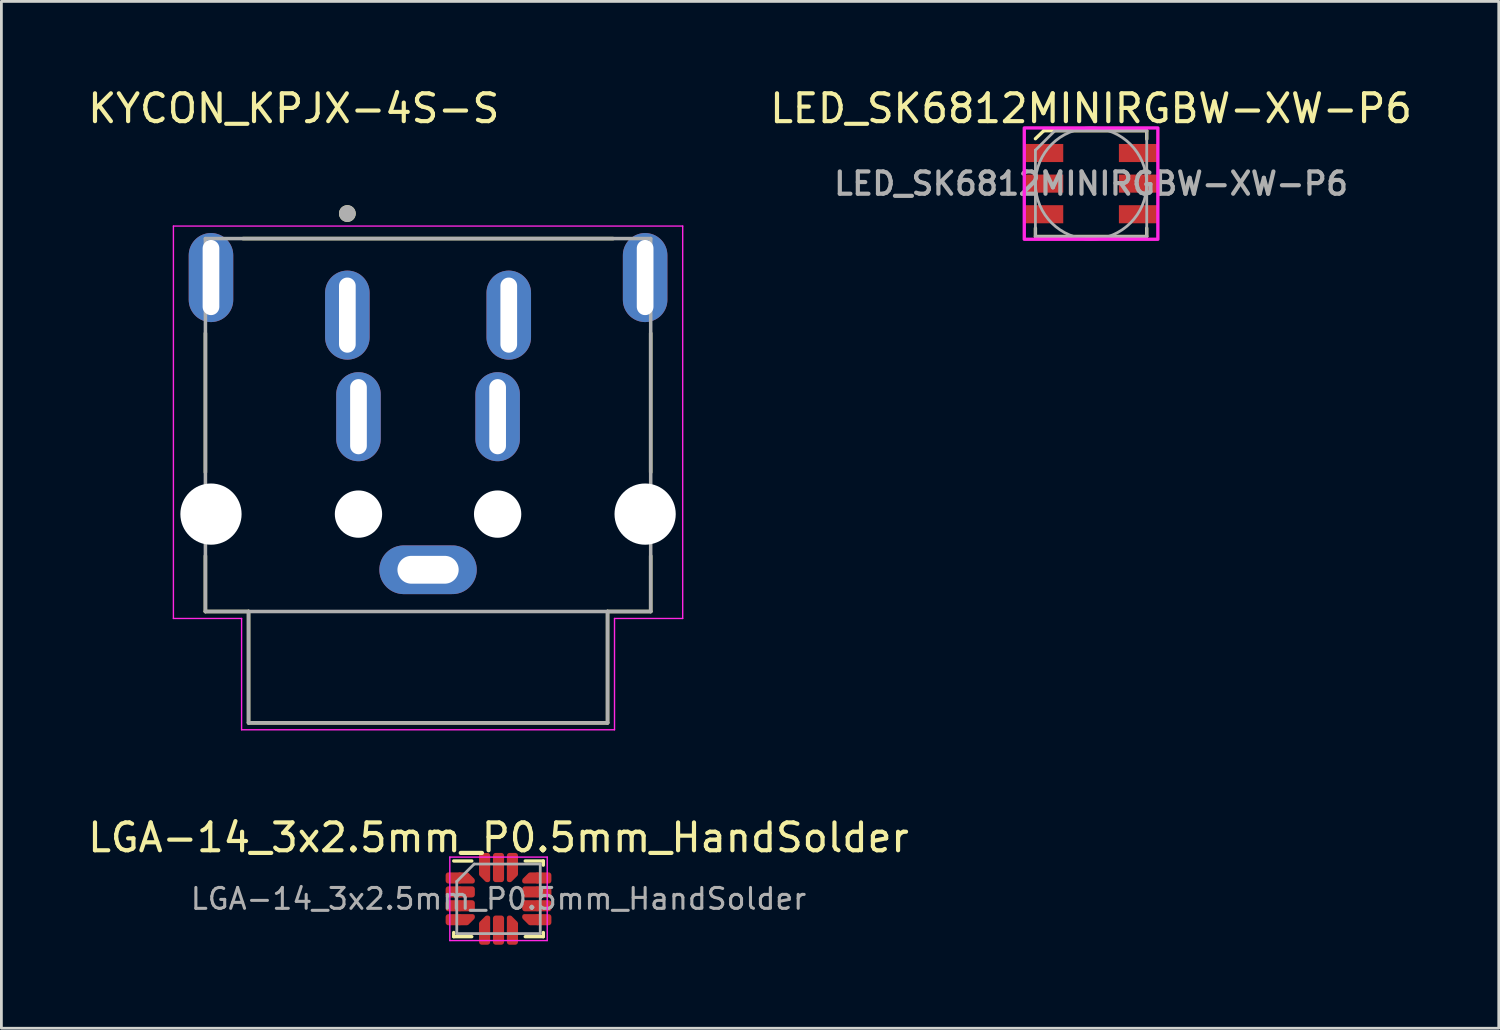
<source format=kicad_pcb>
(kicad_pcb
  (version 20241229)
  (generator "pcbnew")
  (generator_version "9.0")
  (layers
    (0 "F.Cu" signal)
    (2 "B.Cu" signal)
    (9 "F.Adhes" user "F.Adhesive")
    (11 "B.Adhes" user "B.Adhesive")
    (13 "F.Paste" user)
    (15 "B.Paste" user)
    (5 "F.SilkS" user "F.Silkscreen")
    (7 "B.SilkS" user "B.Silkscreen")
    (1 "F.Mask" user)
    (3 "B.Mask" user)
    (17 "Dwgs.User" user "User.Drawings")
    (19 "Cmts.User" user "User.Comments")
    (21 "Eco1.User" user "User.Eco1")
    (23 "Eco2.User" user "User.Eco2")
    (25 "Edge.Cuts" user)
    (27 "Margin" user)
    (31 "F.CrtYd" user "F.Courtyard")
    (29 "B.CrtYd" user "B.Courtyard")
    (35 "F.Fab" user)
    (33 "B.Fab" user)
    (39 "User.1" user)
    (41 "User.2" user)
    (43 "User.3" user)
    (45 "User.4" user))
  (footprint "LGA-14_3x2.5mm_P0.5mm_HandSolder"
    (layer "F.Cu")
    (at 14.863 29.247)
    (property "Reference" "LGA-14_3x2.5mm_P0.5mm_HandSolder" (at 0 -2.2 0) (layer "F.SilkS") (effects (font (size 1 1) (thickness 0.15))))
    (attr smd)
    (fp_line (start -1.61 1.36) (end -1.61 1.21) (stroke (width 0.12) (type solid)) (layer "F.SilkS"))
    (fp_line (start -0.96 -1.36) (end -1.61 -1.36) (stroke (width 0.12) (type solid)) (layer "F.SilkS"))
    (fp_line (start -0.96 1.36) (end -1.61 1.36) (stroke (width 0.12) (type solid)) (layer "F.SilkS"))
    (fp_line (start 0.96 -1.36) (end 1.61 -1.36) (stroke (width 0.12) (type solid)) (layer "F.SilkS"))
    (fp_line (start 0.96 1.36) (end 1.61 1.36) (stroke (width 0.12) (type solid)) (layer "F.SilkS"))
    (fp_line (start 1.61 -1.36) (end 1.61 -1.21) (stroke (width 0.12) (type solid)) (layer "F.SilkS"))
    (fp_line (start 1.61 1.36) (end 1.61 1.21) (stroke (width 0.12) (type solid)) (layer "F.SilkS"))
    (fp_line (start -1.75 -1.5) (end -1.75 1.5) (stroke (width 0.05) (type solid)) (layer "F.CrtYd"))
    (fp_line (start -1.75 1.5) (end 1.75 1.5) (stroke (width 0.05) (type solid)) (layer "F.CrtYd"))
    (fp_line (start 1.75 -1.5) (end -1.75 -1.5) (stroke (width 0.05) (type solid)) (layer "F.CrtYd"))
    (fp_line (start 1.75 1.5) (end 1.75 -1.5) (stroke (width 0.05) (type solid)) (layer "F.CrtYd"))
    (fp_line (start -1.5 -0.625) (end -0.875 -1.25) (stroke (width 0.1) (type solid)) (layer "F.Fab"))
    (fp_line (start -1.5 1.25) (end -1.5 -0.625) (stroke (width 0.1) (type solid)) (layer "F.Fab"))
    (fp_line (start -0.875 -1.25) (end 1.5 -1.25) (stroke (width 0.1) (type solid)) (layer "F.Fab"))
    (fp_line (start 1.5 -1.25) (end 1.5 1.25) (stroke (width 0.1) (type solid)) (layer "F.Fab"))
    (fp_line (start 1.5 1.25) (end -1.5 1.25) (stroke (width 0.1) (type solid)) (layer "F.Fab"))
    (fp_text user "${REFERENCE}" (at 0 0 0) (layer "F.Fab") (effects (font (size 0.75 0.75) (thickness 0.11))))
    (pad "1" smd roundrect (at -1.6 -0.75) (size 0.6 0.4) (layers "F.Cu" "F.Mask" "F.Paste") (roundrect_rratio 0.25))
    (pad "1" smd custom (at -1.163 -0.75) (size 0.223 0.223) (layers "F.Cu" "F.Mask" "F.Paste") (options (anchor circle)) (primitives (gr_poly (pts (xy 0.237 0.081) (xy 0.237 0.125) (xy -0.237 0.125) (xy -0.237 -0.125) (xy 0.031 -0.125)) (width 0.15) (fill yes))))
    (pad "2" smd roundrect (at -1.6 -0.25) (size 0.6 0.4) (layers "F.Cu" "F.Mask" "F.Paste") (roundrect_rratio 0.25))
    (pad "2" smd roundrect (at -1.163 -0.25) (size 0.625 0.4) (layers "F.Cu" "F.Mask" "F.Paste") (roundrect_rratio 0.25))
    (pad "3" smd roundrect (at -1.6 0.25) (size 0.6 0.4) (layers "F.Cu" "F.Mask" "F.Paste") (roundrect_rratio 0.25))
    (pad "3" smd roundrect (at -1.163 0.25) (size 0.625 0.4) (layers "F.Cu" "F.Mask" "F.Paste") (roundrect_rratio 0.25))
    (pad "4" smd roundrect (at -1.6 0.75) (size 0.6 0.4) (layers "F.Cu" "F.Mask" "F.Paste") (roundrect_rratio 0.25))
    (pad "4" smd custom (at -1.163 0.75) (size 0.223 0.223) (layers "F.Cu" "F.Mask" "F.Paste") (options (anchor circle)) (primitives (gr_poly (pts (xy 0.237 -0.081) (xy 0.031 0.125) (xy -0.237 0.125) (xy -0.237 -0.125) (xy 0.237 -0.125)) (width 0.15) (fill yes))))
    (pad "5" smd custom (at -0.5 0.912) (size 0.223 0.223) (layers "F.Cu" "F.Mask" "F.Paste") (options (anchor circle)) (primitives (gr_poly (pts (xy 0.125 0.237) (xy -0.125 0.237) (xy -0.125 -0.031) (xy 0.081 -0.237) (xy 0.125 -0.237)) (width 0.15) (fill yes))))
    (pad "5" smd roundrect (at -0.5 1.35) (size 0.4 0.6) (layers "F.Cu" "F.Mask" "F.Paste") (roundrect_rratio 0.25))
    (pad "6" smd roundrect (at 0 0.912) (size 0.4 0.625) (layers "F.Cu" "F.Mask" "F.Paste") (roundrect_rratio 0.25))
    (pad "6" smd roundrect (at 0 1.35) (size 0.4 0.6) (layers "F.Cu" "F.Mask" "F.Paste") (roundrect_rratio 0.25))
    (pad "7" smd custom (at 0.5 0.912) (size 0.223 0.223) (layers "F.Cu" "F.Mask" "F.Paste") (options (anchor circle)) (primitives (gr_poly (pts (xy 0.125 -0.031) (xy 0.125 0.237) (xy -0.125 0.237) (xy -0.125 -0.237) (xy -0.081 -0.237)) (width 0.15) (fill yes))))
    (pad "7" smd roundrect (at 0.5 1.35) (size 0.4 0.6) (layers "F.Cu" "F.Mask" "F.Paste") (roundrect_rratio 0.25))
    (pad "8" smd custom (at 1.163 0.75) (size 0.223 0.223) (layers "F.Cu" "F.Mask" "F.Paste") (options (anchor circle)) (primitives (gr_poly (pts (xy 0.237 0.125) (xy -0.031 0.125) (xy -0.237 -0.081) (xy -0.237 -0.125) (xy 0.237 -0.125)) (width 0.15) (fill yes))))
    (pad "8" smd roundrect (at 1.6 0.75) (size 0.6 0.4) (layers "F.Cu" "F.Mask" "F.Paste") (roundrect_rratio 0.25))
    (pad "9" smd roundrect (at 1.163 0.25) (size 0.625 0.4) (layers "F.Cu" "F.Mask" "F.Paste") (roundrect_rratio 0.25))
    (pad "9" smd roundrect (at 1.6 0.25) (size 0.6 0.4) (layers "F.Cu" "F.Mask" "F.Paste") (roundrect_rratio 0.25))
    (pad "10" smd roundrect (at 1.163 -0.25) (size 0.625 0.4) (layers "F.Cu" "F.Mask" "F.Paste") (roundrect_rratio 0.25))
    (pad "10" smd roundrect (at 1.6 -0.25) (size 0.6 0.4) (layers "F.Cu" "F.Mask" "F.Paste") (roundrect_rratio 0.25))
    (pad "11" smd custom (at 1.163 -0.75) (size 0.223 0.223) (layers "F.Cu" "F.Mask" "F.Paste") (options (anchor circle)) (primitives (gr_poly (pts (xy 0.237 0.125) (xy -0.237 0.125) (xy -0.237 0.081) (xy -0.031 -0.125) (xy 0.237 -0.125)) (width 0.15) (fill yes))))
    (pad "11" smd roundrect (at 1.6 -0.75) (size 0.6 0.4) (layers "F.Cu" "F.Mask" "F.Paste") (roundrect_rratio 0.25))
    (pad "12" smd roundrect (at 0.5 -1.35) (size 0.4 0.6) (layers "F.Cu" "F.Mask" "F.Paste") (roundrect_rratio 0.25))
    (pad "12" smd custom (at 0.5 -0.912) (size 0.223 0.223) (layers "F.Cu" "F.Mask" "F.Paste") (options (anchor circle)) (primitives (gr_poly (pts (xy 0.125 0.031) (xy -0.081 0.237) (xy -0.125 0.237) (xy -0.125 -0.237) (xy 0.125 -0.237)) (width 0.15) (fill yes))))
    (pad "13" smd roundrect (at 0 -1.35) (size 0.4 0.6) (layers "F.Cu" "F.Mask" "F.Paste") (roundrect_rratio 0.25))
    (pad "13" smd roundrect (at 0 -0.912) (size 0.4 0.625) (layers "F.Cu" "F.Mask" "F.Paste") (roundrect_rratio 0.25))
    (pad "14" smd roundrect (at -0.5 -1.35) (size 0.4 0.6) (layers "F.Cu" "F.Mask" "F.Paste") (roundrect_rratio 0.25))
    (pad "14" smd custom (at -0.5 -0.912) (size 0.223 0.223) (layers "F.Cu" "F.Mask" "F.Paste") (options (anchor circle)) (primitives (gr_poly (pts (xy 0.125 0.237) (xy 0.081 0.237) (xy -0.125 0.031) (xy -0.125 -0.237) (xy 0.125 -0.237)) (width 0.15) (fill yes)))))
  (footprint "KYCON_KPJX-4S-S"
    (layer "F.Cu")
    (at 12.331 8.273)
    (property "Reference" "KYCON_KPJX-4S-S" (at -4.825 -7.425 0) (layer "F.SilkS") (effects (font (size 1 1) (thickness 0.15))))
    (attr through_hole)
    (fp_line (start -8 0.65) (end -8 5.65) (stroke (width 0.127) (type solid)) (layer "F.SilkS"))
    (fp_line (start -8 8.65) (end -8 10.65) (stroke (width 0.127) (type solid)) (layer "F.SilkS"))
    (fp_line (start -8 10.65) (end -6.45 10.65) (stroke (width 0.127) (type solid)) (layer "F.SilkS"))
    (fp_line (start -6.45 10.65) (end -6.45 14.65) (stroke (width 0.127) (type solid)) (layer "F.SilkS"))
    (fp_line (start -6.45 14.65) (end 6.45 14.65) (stroke (width 0.127) (type solid)) (layer "F.SilkS"))
    (fp_line (start 6.45 10.65) (end 8 10.65) (stroke (width 0.127) (type solid)) (layer "F.SilkS"))
    (fp_line (start 6.45 14.65) (end 6.45 10.65) (stroke (width 0.127) (type solid)) (layer "F.SilkS"))
    (fp_line (start 6.65 -2.75) (end -6.65 -2.75) (stroke (width 0.127) (type solid)) (layer "F.SilkS"))
    (fp_line (start 8 5.65) (end 8 0.65) (stroke (width 0.127) (type solid)) (layer "F.SilkS"))
    (fp_line (start 8 10.65) (end 8 8.65) (stroke (width 0.127) (type solid)) (layer "F.SilkS"))
    (fp_circle (center -2.9 -3.65) (end -2.75 -3.65) (stroke (width 0.3) (type solid)) (fill no) (layer "F.SilkS"))
    (fp_line (start -9.15 -3.2) (end -9.15 10.9) (stroke (width 0.05) (type solid)) (layer "F.CrtYd"))
    (fp_line (start -9.15 -3.2) (end 9.15 -3.2) (stroke (width 0.05) (type solid)) (layer "F.CrtYd"))
    (fp_line (start -9.15 10.9) (end -6.7 10.9) (stroke (width 0.05) (type solid)) (layer "F.CrtYd"))
    (fp_line (start -6.7 10.9) (end -6.7 14.9) (stroke (width 0.05) (type solid)) (layer "F.CrtYd"))
    (fp_line (start 6.7 10.9) (end 6.7 14.9) (stroke (width 0.05) (type solid)) (layer "F.CrtYd"))
    (fp_line (start 6.7 14.9) (end -6.7 14.9) (stroke (width 0.05) (type solid)) (layer "F.CrtYd"))
    (fp_line (start 9.15 -3.2) (end 9.15 10.9) (stroke (width 0.05) (type solid)) (layer "F.CrtYd"))
    (fp_line (start 9.15 10.9) (end 6.7 10.9) (stroke (width 0.05) (type solid)) (layer "F.CrtYd"))
    (fp_line (start -8 -2.75) (end -8 10.65) (stroke (width 0.127) (type solid)) (layer "F.Fab"))
    (fp_line (start -8 10.65) (end -6.45 10.65) (stroke (width 0.127) (type solid)) (layer "F.Fab"))
    (fp_line (start -6.45 10.65) (end -6.45 14.65) (stroke (width 0.127) (type solid)) (layer "F.Fab"))
    (fp_line (start -6.45 10.65) (end 6.45 10.65) (stroke (width 0.127) (type solid)) (layer "F.Fab"))
    (fp_line (start -6.45 14.65) (end 6.45 14.65) (stroke (width 0.127) (type solid)) (layer "F.Fab"))
    (fp_line (start 6.45 10.65) (end 8 10.65) (stroke (width 0.127) (type solid)) (layer "F.Fab"))
    (fp_line (start 6.45 14.65) (end 6.45 10.65) (stroke (width 0.127) (type solid)) (layer "F.Fab"))
    (fp_line (start 8 -2.75) (end -8 -2.75) (stroke (width 0.127) (type solid)) (layer "F.Fab"))
    (fp_line (start 8 10.65) (end 8 -2.75) (stroke (width 0.127) (type solid)) (layer "F.Fab"))
    (fp_circle (center -2.9 -3.65) (end -2.75 -3.65) (stroke (width 0.3) (type solid)) (fill no) (layer "F.Fab"))
    (pad "" np_thru_hole circle (at -7.8 7.15) (size 2.2 2.2) (drill 2.2) (layers "*.Cu" "*.Mask"))
    (pad "" np_thru_hole circle (at -2.5 7.15) (size 1.7 1.7) (drill 1.7) (layers "*.Cu" "*.Mask"))
    (pad "" np_thru_hole circle (at 2.5 7.15) (size 1.7 1.7) (drill 1.7) (layers "*.Cu" "*.Mask"))
    (pad "" np_thru_hole circle (at 7.8 7.15) (size 2.2 2.2) (drill 2.2) (layers "*.Cu" "*.Mask"))
    (pad "1" thru_hole oval (at -2.9 0) (size 1.6 3.2) (drill oval 0.6 2.7) (layers "*.Cu" "*.Mask"))
    (pad "2" thru_hole oval (at 2.9 0) (size 1.6 3.2) (drill oval 0.6 2.7) (layers "*.Cu" "*.Mask"))
    (pad "3" thru_hole oval (at -2.5 3.65) (size 1.6 3.2) (drill oval 0.6 2.7) (layers "*.Cu" "*.Mask"))
    (pad "4" thru_hole oval (at 2.5 3.65) (size 1.6 3.2) (drill oval 0.6 2.7) (layers "*.Cu" "*.Mask"))
    (pad "S1" thru_hole oval (at 0 9.15) (size 3.5 1.75) (drill oval 2.2 1) (layers "*.Cu" "*.Mask"))
    (pad "S2" thru_hole oval (at -7.8 -1.35) (size 1.6 3.2) (drill oval 0.6 2.7) (layers "*.Cu" "*.Mask"))
    (pad "S3" thru_hole oval (at 7.8 -1.35) (size 1.6 3.2) (drill oval 0.6 2.7) (layers "*.Cu" "*.Mask")))
  (footprint "LED_SK6812MINIRGBW-XW-P6"
    (layer "F.Cu")
    (at 36.155 3.548)
    (property "Reference" "LED_SK6812MINIRGBW-XW-P6" (at 0 -2.7 0) (layer "F.SilkS") (effects (font (size 1 1) (thickness 0.15))))
    (attr smd)
    (fp_line (start -2 -1.613) (end -1.7 -1.9) (stroke (width 0.12) (type solid)) (layer "F.SilkS"))
    (fp_line (start -2 1.887) (end -2 1.6) (stroke (width 0.12) (type solid)) (layer "F.SilkS"))
    (fp_line (start -2 1.9) (end 2 1.9) (stroke (width 0.12) (type solid)) (layer "F.SilkS"))
    (fp_line (start -1.7 -1.9) (end 2 -1.9) (stroke (width 0.12) (type solid)) (layer "F.SilkS"))
    (fp_line (start 2 -1.6) (end 2 -1.887) (stroke (width 0.12) (type solid)) (layer "F.SilkS"))
    (fp_line (start 2 1.887) (end 2 1.6) (stroke (width 0.12) (type solid)) (layer "F.SilkS"))
    (fp_rect (start 2.4 -2) (end -2.4 2) (stroke (width 0.12) (type default)) (fill no) (layer "F.CrtYd"))
    (fp_line (start -2 -1.2) (end -2 1.9) (stroke (width 0.1) (type solid)) (layer "F.Fab"))
    (fp_line (start -2 1.9) (end 2 1.9) (stroke (width 0.1) (type solid)) (layer "F.Fab"))
    (fp_line (start -1.3 -1.9) (end -2 -1.2) (stroke (width 0.1) (type solid)) (layer "F.Fab"))
    (fp_line (start 2 -1.9) (end -1.3 -1.9) (stroke (width 0.1) (type solid)) (layer "F.Fab"))
    (fp_line (start 2 1.9) (end 2 -1.9) (stroke (width 0.1) (type solid)) (layer "F.Fab"))
    (fp_circle (center 0 0) (end 0 -2) (stroke (width 0.1) (type solid)) (fill no) (layer "F.Fab"))
    (fp_text user "${REFERENCE}" (at 0 0 0) (layer "F.Fab") (effects (font (size 0.8 0.8) (thickness 0.15))))
    (pad "" smd rect (at -1.7 -1.1) (size 1.4 0.65) (layers "F.Cu" "F.Mask" "F.Paste"))
    (pad "1" smd rect (at 1.7 0) (size 1.4 0.65) (layers "F.Cu" "F.Mask" "F.Paste"))
    (pad "2" smd rect (at -1.7 0) (size 1.4 0.65) (layers "F.Cu" "F.Mask" "F.Paste"))
    (pad "3" smd rect (at -1.7 1.1) (size 1.4 0.65) (layers "F.Cu" "F.Mask" "F.Paste"))
    (pad "4" smd rect (at 1.7 -1.1) (size 1.4 0.65) (layers "F.Cu" "F.Mask" "F.Paste"))
    (pad "4" smd rect (at 1.7 1.1) (size 1.4 0.65) (layers "F.Cu" "F.Mask" "F.Paste")))
  (gr_rect
    (start -3 -3)
    (end 50.804 33.897)
    (stroke (width 0.1) (type default))
    (fill no)
    (layer "Edge.Cuts")))
</source>
